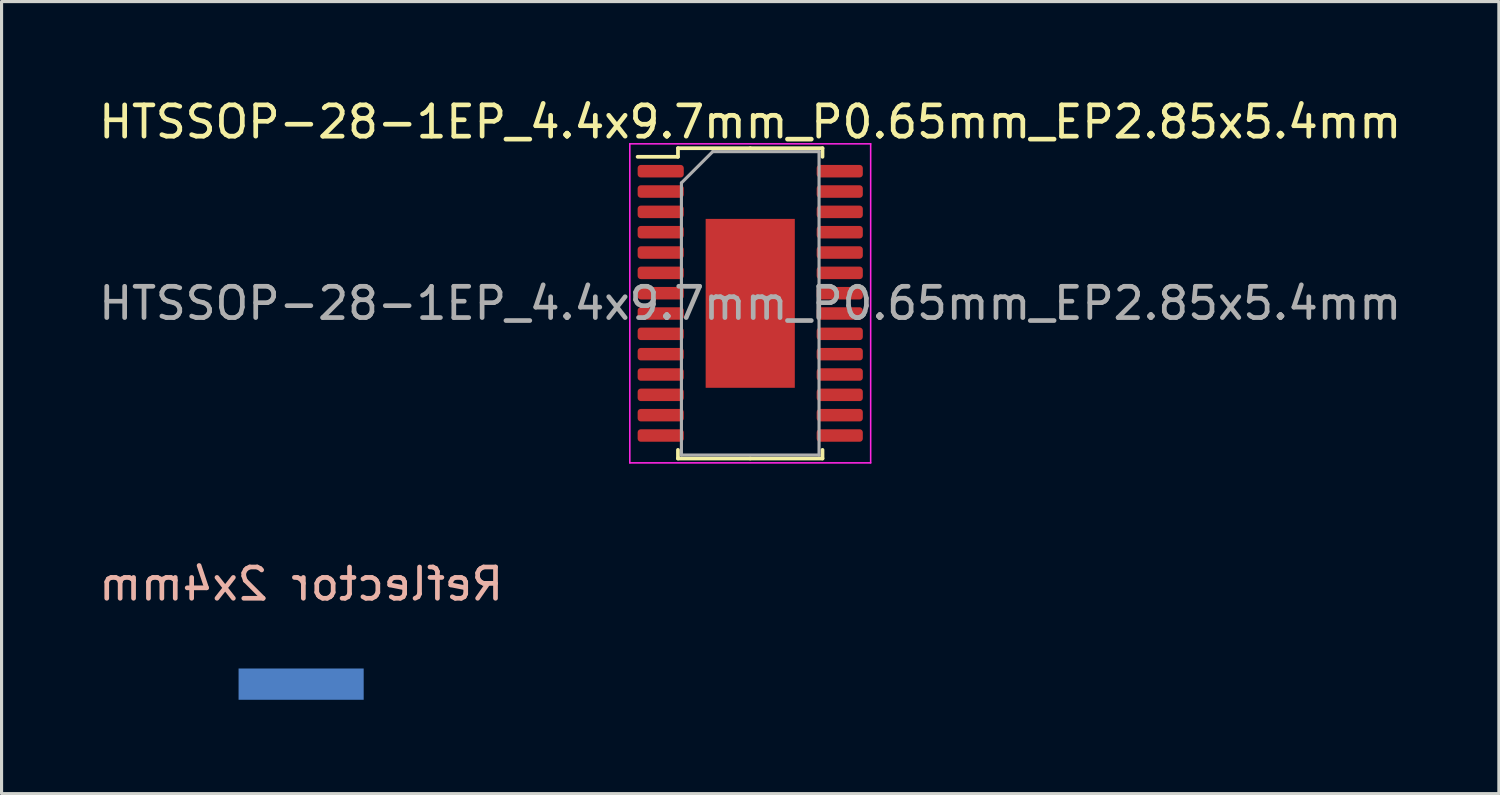
<source format=kicad_pcb>
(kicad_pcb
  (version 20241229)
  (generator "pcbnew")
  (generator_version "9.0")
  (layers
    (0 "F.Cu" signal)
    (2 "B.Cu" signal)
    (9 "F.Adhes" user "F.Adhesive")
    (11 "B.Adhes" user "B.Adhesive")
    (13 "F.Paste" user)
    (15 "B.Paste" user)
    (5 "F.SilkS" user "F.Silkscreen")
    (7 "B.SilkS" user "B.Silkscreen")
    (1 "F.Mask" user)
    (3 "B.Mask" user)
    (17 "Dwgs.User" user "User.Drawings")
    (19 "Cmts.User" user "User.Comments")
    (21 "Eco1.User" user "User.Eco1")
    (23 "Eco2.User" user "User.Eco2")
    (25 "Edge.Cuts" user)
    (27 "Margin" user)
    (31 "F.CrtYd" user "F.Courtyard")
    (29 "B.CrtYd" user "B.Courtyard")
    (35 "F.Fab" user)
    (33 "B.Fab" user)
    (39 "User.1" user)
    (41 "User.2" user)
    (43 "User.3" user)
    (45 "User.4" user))
  (footprint "HTSSOP-28-1EP_4.4x9.7mm_P0.65mm_EP2.85x5.4mm"
    (layer "F.Cu")
    (at 20.935 6.648)
    (property "Reference" "HTSSOP-28-1EP_4.4x9.7mm_P0.65mm_EP2.85x5.4mm" (at 0 -5.8 0) (layer "F.SilkS") (effects (font (size 1 1) (thickness 0.15))))
    (attr smd)
    (fp_line (start -2.31 -4.96) (end -2.31 -4.685) (stroke (width 0.12) (type solid)) (layer "F.SilkS"))
    (fp_line (start -2.31 -4.685) (end -3.6 -4.685) (stroke (width 0.12) (type solid)) (layer "F.SilkS"))
    (fp_line (start -2.31 4.96) (end -2.31 4.685) (stroke (width 0.12) (type solid)) (layer "F.SilkS"))
    (fp_line (start 0 -4.96) (end -2.31 -4.96) (stroke (width 0.12) (type solid)) (layer "F.SilkS"))
    (fp_line (start 0 -4.96) (end 2.31 -4.96) (stroke (width 0.12) (type solid)) (layer "F.SilkS"))
    (fp_line (start 0 4.96) (end -2.31 4.96) (stroke (width 0.12) (type solid)) (layer "F.SilkS"))
    (fp_line (start 0 4.96) (end 2.31 4.96) (stroke (width 0.12) (type solid)) (layer "F.SilkS"))
    (fp_line (start 2.31 -4.96) (end 2.31 -4.685) (stroke (width 0.12) (type solid)) (layer "F.SilkS"))
    (fp_line (start 2.31 4.96) (end 2.31 4.685) (stroke (width 0.12) (type solid)) (layer "F.SilkS"))
    (fp_line (start -3.85 -5.1) (end -3.85 5.1) (stroke (width 0.05) (type solid)) (layer "F.CrtYd"))
    (fp_line (start -3.85 5.1) (end 3.85 5.1) (stroke (width 0.05) (type solid)) (layer "F.CrtYd"))
    (fp_line (start 3.85 -5.1) (end -3.85 -5.1) (stroke (width 0.05) (type solid)) (layer "F.CrtYd"))
    (fp_line (start 3.85 5.1) (end 3.85 -5.1) (stroke (width 0.05) (type solid)) (layer "F.CrtYd"))
    (fp_line (start -2.2 -3.85) (end -1.2 -4.85) (stroke (width 0.1) (type solid)) (layer "F.Fab"))
    (fp_line (start -2.2 4.85) (end -2.2 -3.85) (stroke (width 0.1) (type solid)) (layer "F.Fab"))
    (fp_line (start -1.2 -4.85) (end 2.2 -4.85) (stroke (width 0.1) (type solid)) (layer "F.Fab"))
    (fp_line (start 2.2 -4.85) (end 2.2 4.85) (stroke (width 0.1) (type solid)) (layer "F.Fab"))
    (fp_line (start 2.2 4.85) (end -2.2 4.85) (stroke (width 0.1) (type solid)) (layer "F.Fab"))
    (fp_text user "${REFERENCE}" (at 0 0 0) (layer "F.Fab") (effects (font (size 1 1) (thickness 0.15))))
    (pad "" smd roundrect (at 0 0) (size 2.3 4.35) (layers "F.Paste") (roundrect_rratio 0.109))
    (pad "1" smd roundrect (at -2.862 -4.225) (size 1.475 0.4) (layers "F.Cu" "F.Mask" "F.Paste") (roundrect_rratio 0.25))
    (pad "2" smd roundrect (at -2.862 -3.575) (size 1.475 0.4) (layers "F.Cu" "F.Mask" "F.Paste") (roundrect_rratio 0.25))
    (pad "3" smd roundrect (at -2.862 -2.925) (size 1.475 0.4) (layers "F.Cu" "F.Mask" "F.Paste") (roundrect_rratio 0.25))
    (pad "4" smd roundrect (at -2.862 -2.275) (size 1.475 0.4) (layers "F.Cu" "F.Mask" "F.Paste") (roundrect_rratio 0.25))
    (pad "5" smd roundrect (at -2.862 -1.625) (size 1.475 0.4) (layers "F.Cu" "F.Mask" "F.Paste") (roundrect_rratio 0.25))
    (pad "6" smd roundrect (at -2.862 -0.975) (size 1.475 0.4) (layers "F.Cu" "F.Mask" "F.Paste") (roundrect_rratio 0.25))
    (pad "7" smd roundrect (at -2.862 -0.325) (size 1.475 0.4) (layers "F.Cu" "F.Mask" "F.Paste") (roundrect_rratio 0.25))
    (pad "8" smd roundrect (at -2.862 0.325) (size 1.475 0.4) (layers "F.Cu" "F.Mask" "F.Paste") (roundrect_rratio 0.25))
    (pad "9" smd roundrect (at -2.862 0.975) (size 1.475 0.4) (layers "F.Cu" "F.Mask" "F.Paste") (roundrect_rratio 0.25))
    (pad "10" smd roundrect (at -2.862 1.625) (size 1.475 0.4) (layers "F.Cu" "F.Mask" "F.Paste") (roundrect_rratio 0.25))
    (pad "11" smd roundrect (at -2.862 2.275) (size 1.475 0.4) (layers "F.Cu" "F.Mask" "F.Paste") (roundrect_rratio 0.25))
    (pad "12" smd roundrect (at -2.862 2.925) (size 1.475 0.4) (layers "F.Cu" "F.Mask" "F.Paste") (roundrect_rratio 0.25))
    (pad "13" smd roundrect (at -2.862 3.575) (size 1.475 0.4) (layers "F.Cu" "F.Mask" "F.Paste") (roundrect_rratio 0.25))
    (pad "14" smd roundrect (at -2.862 4.225) (size 1.475 0.4) (layers "F.Cu" "F.Mask" "F.Paste") (roundrect_rratio 0.25))
    (pad "15" smd roundrect (at 2.862 4.225) (size 1.475 0.4) (layers "F.Cu" "F.Mask" "F.Paste") (roundrect_rratio 0.25))
    (pad "16" smd roundrect (at 2.862 3.575) (size 1.475 0.4) (layers "F.Cu" "F.Mask" "F.Paste") (roundrect_rratio 0.25))
    (pad "17" smd roundrect (at 2.862 2.925) (size 1.475 0.4) (layers "F.Cu" "F.Mask" "F.Paste") (roundrect_rratio 0.25))
    (pad "18" smd roundrect (at 2.862 2.275) (size 1.475 0.4) (layers "F.Cu" "F.Mask" "F.Paste") (roundrect_rratio 0.25))
    (pad "19" smd roundrect (at 2.862 1.625) (size 1.475 0.4) (layers "F.Cu" "F.Mask" "F.Paste") (roundrect_rratio 0.25))
    (pad "20" smd roundrect (at 2.862 0.975) (size 1.475 0.4) (layers "F.Cu" "F.Mask" "F.Paste") (roundrect_rratio 0.25))
    (pad "21" smd roundrect (at 2.862 0.325) (size 1.475 0.4) (layers "F.Cu" "F.Mask" "F.Paste") (roundrect_rratio 0.25))
    (pad "22" smd roundrect (at 2.862 -0.325) (size 1.475 0.4) (layers "F.Cu" "F.Mask" "F.Paste") (roundrect_rratio 0.25))
    (pad "23" smd roundrect (at 2.862 -0.975) (size 1.475 0.4) (layers "F.Cu" "F.Mask" "F.Paste") (roundrect_rratio 0.25))
    (pad "24" smd roundrect (at 2.862 -1.625) (size 1.475 0.4) (layers "F.Cu" "F.Mask" "F.Paste") (roundrect_rratio 0.25))
    (pad "25" smd roundrect (at 2.862 -2.275) (size 1.475 0.4) (layers "F.Cu" "F.Mask" "F.Paste") (roundrect_rratio 0.25))
    (pad "26" smd roundrect (at 2.862 -2.925) (size 1.475 0.4) (layers "F.Cu" "F.Mask" "F.Paste") (roundrect_rratio 0.25))
    (pad "27" smd roundrect (at 2.862 -3.575) (size 1.475 0.4) (layers "F.Cu" "F.Mask" "F.Paste") (roundrect_rratio 0.25))
    (pad "28" smd roundrect (at 2.862 -4.225) (size 1.475 0.4) (layers "F.Cu" "F.Mask" "F.Paste") (roundrect_rratio 0.25))
    (pad "29" smd rect (at 0 0) (size 2.85 5.4) (layers "F.Cu" "F.Mask")))
  (footprint "Reflector 2x4mm"
    (layer "F.Cu")
    (at 6.577 18.822)
    (property "Reference" "Reflector 2x4mm" (at 0 -3.2 0) (layer "B.SilkS") (effects (font (size 1 1) (thickness 0.15)) (justify mirror)))
    (attr through_hole)
    (pad "1" smd rect (at 0 0) (size 4 1) (layers "B.Cu" "B.Mask" "B.Paste")))
  (gr_rect
    (start -3 -3)
    (end 44.869 22.322)
    (stroke (width 0.1) (type default))
    (fill no)
    (layer "Edge.Cuts")))
</source>
